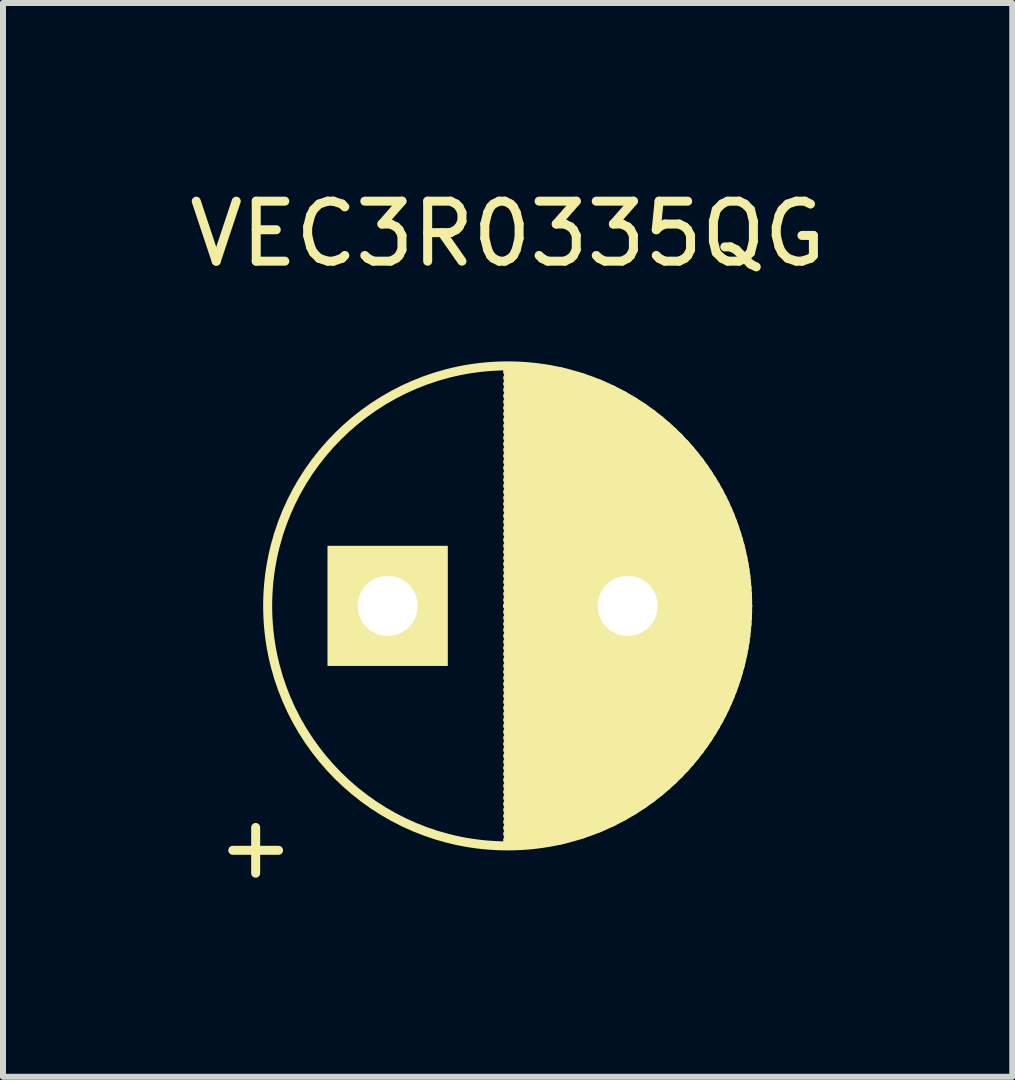
<source format=kicad_pcb>
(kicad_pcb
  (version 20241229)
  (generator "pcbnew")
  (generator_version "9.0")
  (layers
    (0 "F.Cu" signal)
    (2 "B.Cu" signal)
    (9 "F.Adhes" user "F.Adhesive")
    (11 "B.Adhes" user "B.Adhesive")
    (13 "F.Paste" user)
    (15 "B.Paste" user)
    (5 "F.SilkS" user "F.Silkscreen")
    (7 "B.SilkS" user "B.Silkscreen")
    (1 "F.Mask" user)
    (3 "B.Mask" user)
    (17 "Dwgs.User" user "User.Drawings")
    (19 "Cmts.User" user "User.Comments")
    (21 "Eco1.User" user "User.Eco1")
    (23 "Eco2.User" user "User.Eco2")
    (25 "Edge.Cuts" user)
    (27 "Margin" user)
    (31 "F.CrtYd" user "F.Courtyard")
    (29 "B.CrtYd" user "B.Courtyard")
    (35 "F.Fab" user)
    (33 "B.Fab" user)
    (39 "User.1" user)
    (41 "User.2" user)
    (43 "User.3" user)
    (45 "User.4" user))
  (footprint "VEC3R0335QG"
    (layer "F.Cu")
    (at 3.411 7.048)
    (property "Reference" "VEC3R0335QG" (at 2 -6.2 0) (layer "F.SilkS") (effects (font (size 1 1) (thickness 0.15))))
    (attr through_hole)
    (fp_line (start 2 -3.9) (end 2.889 -3.9) (stroke (width 0.15) (type solid)) (layer "F.SilkS"))
    (fp_line (start 2 -3.8) (end 3.249 -3.8) (stroke (width 0.15) (type solid)) (layer "F.SilkS"))
    (fp_line (start 2 -3.7) (end 3.52 -3.7) (stroke (width 0.15) (type solid)) (layer "F.SilkS"))
    (fp_line (start 2 -3.6) (end 3.744 -3.6) (stroke (width 0.15) (type solid)) (layer "F.SilkS"))
    (fp_line (start 2 -3.5) (end 3.936 -3.5) (stroke (width 0.15) (type solid)) (layer "F.SilkS"))
    (fp_line (start 2 -3.4) (end 4.107 -3.4) (stroke (width 0.15) (type solid)) (layer "F.SilkS"))
    (fp_line (start 2 -3.3) (end 4.261 -3.3) (stroke (width 0.15) (type solid)) (layer "F.SilkS"))
    (fp_line (start 2 -3.2) (end 4.4 -3.2) (stroke (width 0.15) (type solid)) (layer "F.SilkS"))
    (fp_line (start 2 -3.1) (end 4.528 -3.1) (stroke (width 0.15) (type solid)) (layer "F.SilkS"))
    (fp_line (start 2 -3) (end 4.646 -3) (stroke (width 0.15) (type solid)) (layer "F.SilkS"))
    (fp_line (start 2 -2.9) (end 4.755 -2.9) (stroke (width 0.15) (type solid)) (layer "F.SilkS"))
    (fp_line (start 2 -2.8) (end 4.857 -2.8) (stroke (width 0.15) (type solid)) (layer "F.SilkS"))
    (fp_line (start 2 -2.7) (end 4.951 -2.7) (stroke (width 0.15) (type solid)) (layer "F.SilkS"))
    (fp_line (start 2 -2.6) (end 5.04 -2.6) (stroke (width 0.15) (type solid)) (layer "F.SilkS"))
    (fp_line (start 2 -2.5) (end 5.122 -2.5) (stroke (width 0.15) (type solid)) (layer "F.SilkS"))
    (fp_line (start 2 -2.4) (end 5.2 -2.4) (stroke (width 0.15) (type solid)) (layer "F.SilkS"))
    (fp_line (start 2 -2.3) (end 5.273 -2.3) (stroke (width 0.15) (type solid)) (layer "F.SilkS"))
    (fp_line (start 2 -2.2) (end 5.341 -2.2) (stroke (width 0.15) (type solid)) (layer "F.SilkS"))
    (fp_line (start 2 -2.1) (end 5.404 -2.1) (stroke (width 0.15) (type solid)) (layer "F.SilkS"))
    (fp_line (start 2 -2) (end 5.464 -2) (stroke (width 0.15) (type solid)) (layer "F.SilkS"))
    (fp_line (start 2 -1.9) (end 5.52 -1.9) (stroke (width 0.15) (type solid)) (layer "F.SilkS"))
    (fp_line (start 2 -1.8) (end 5.572 -1.8) (stroke (width 0.15) (type solid)) (layer "F.SilkS"))
    (fp_line (start 2 -1.7) (end 5.621 -1.7) (stroke (width 0.15) (type solid)) (layer "F.SilkS"))
    (fp_line (start 2 -1.6) (end 5.666 -1.6) (stroke (width 0.15) (type solid)) (layer "F.SilkS"))
    (fp_line (start 2 -1.5) (end 5.708 -1.5) (stroke (width 0.15) (type solid)) (layer "F.SilkS"))
    (fp_line (start 2 -1.4) (end 5.747 -1.4) (stroke (width 0.15) (type solid)) (layer "F.SilkS"))
    (fp_line (start 2 -1.3) (end 5.783 -1.3) (stroke (width 0.15) (type solid)) (layer "F.SilkS"))
    (fp_line (start 2 -1.2) (end 5.816 -1.2) (stroke (width 0.15) (type solid)) (layer "F.SilkS"))
    (fp_line (start 2 -1.1) (end 5.846 -1.1) (stroke (width 0.15) (type solid)) (layer "F.SilkS"))
    (fp_line (start 2 -1) (end 5.873 -1) (stroke (width 0.15) (type solid)) (layer "F.SilkS"))
    (fp_line (start 2 -0.9) (end 5.897 -0.9) (stroke (width 0.15) (type solid)) (layer "F.SilkS"))
    (fp_line (start 2 -0.8) (end 5.919 -0.8) (stroke (width 0.15) (type solid)) (layer "F.SilkS"))
    (fp_line (start 2 -0.7) (end 5.938 -0.7) (stroke (width 0.15) (type solid)) (layer "F.SilkS"))
    (fp_line (start 2 -0.6) (end 5.955 -0.6) (stroke (width 0.15) (type solid)) (layer "F.SilkS"))
    (fp_line (start 2 -0.5) (end 5.969 -0.5) (stroke (width 0.15) (type solid)) (layer "F.SilkS"))
    (fp_line (start 2 -0.4) (end 5.98 -0.4) (stroke (width 0.15) (type solid)) (layer "F.SilkS"))
    (fp_line (start 2 -0.3) (end 5.989 -0.3) (stroke (width 0.15) (type solid)) (layer "F.SilkS"))
    (fp_line (start 2 -0.2) (end 5.995 -0.2) (stroke (width 0.15) (type solid)) (layer "F.SilkS"))
    (fp_line (start 2 -0.1) (end 5.999 -0.1) (stroke (width 0.15) (type solid)) (layer "F.SilkS"))
    (fp_line (start 2 0) (end 6 0) (stroke (width 0.15) (type solid)) (layer "F.SilkS"))
    (fp_line (start 2 0) (end 6 0) (stroke (width 0.15) (type solid)) (layer "F.SilkS"))
    (fp_line (start 2 0.1) (end 5.999 0.1) (stroke (width 0.15) (type solid)) (layer "F.SilkS"))
    (fp_line (start 2 0.2) (end 5.995 0.2) (stroke (width 0.15) (type solid)) (layer "F.SilkS"))
    (fp_line (start 2 0.3) (end 5.989 0.3) (stroke (width 0.15) (type solid)) (layer "F.SilkS"))
    (fp_line (start 2 0.4) (end 5.98 0.4) (stroke (width 0.15) (type solid)) (layer "F.SilkS"))
    (fp_line (start 2 0.5) (end 5.969 0.5) (stroke (width 0.15) (type solid)) (layer "F.SilkS"))
    (fp_line (start 2 0.6) (end 5.955 0.6) (stroke (width 0.15) (type solid)) (layer "F.SilkS"))
    (fp_line (start 2 0.7) (end 5.938 0.7) (stroke (width 0.15) (type solid)) (layer "F.SilkS"))
    (fp_line (start 2 0.8) (end 5.919 0.8) (stroke (width 0.15) (type solid)) (layer "F.SilkS"))
    (fp_line (start 2 0.9) (end 5.897 0.9) (stroke (width 0.15) (type solid)) (layer "F.SilkS"))
    (fp_line (start 2 1) (end 5.873 1) (stroke (width 0.15) (type solid)) (layer "F.SilkS"))
    (fp_line (start 2 1.1) (end 5.846 1.1) (stroke (width 0.15) (type solid)) (layer "F.SilkS"))
    (fp_line (start 2 1.2) (end 5.816 1.2) (stroke (width 0.15) (type solid)) (layer "F.SilkS"))
    (fp_line (start 2 1.3) (end 5.783 1.3) (stroke (width 0.15) (type solid)) (layer "F.SilkS"))
    (fp_line (start 2 1.4) (end 5.747 1.4) (stroke (width 0.15) (type solid)) (layer "F.SilkS"))
    (fp_line (start 2 1.5) (end 5.708 1.5) (stroke (width 0.15) (type solid)) (layer "F.SilkS"))
    (fp_line (start 2 1.6) (end 5.666 1.6) (stroke (width 0.15) (type solid)) (layer "F.SilkS"))
    (fp_line (start 2 1.7) (end 5.621 1.7) (stroke (width 0.15) (type solid)) (layer "F.SilkS"))
    (fp_line (start 2 1.8) (end 5.572 1.8) (stroke (width 0.15) (type solid)) (layer "F.SilkS"))
    (fp_line (start 2 1.9) (end 5.52 1.9) (stroke (width 0.15) (type solid)) (layer "F.SilkS"))
    (fp_line (start 2 2) (end 5.464 2) (stroke (width 0.15) (type solid)) (layer "F.SilkS"))
    (fp_line (start 2 2.1) (end 5.404 2.1) (stroke (width 0.15) (type solid)) (layer "F.SilkS"))
    (fp_line (start 2 2.2) (end 5.341 2.2) (stroke (width 0.15) (type solid)) (layer "F.SilkS"))
    (fp_line (start 2 2.3) (end 5.273 2.3) (stroke (width 0.15) (type solid)) (layer "F.SilkS"))
    (fp_line (start 2 2.4) (end 5.2 2.4) (stroke (width 0.15) (type solid)) (layer "F.SilkS"))
    (fp_line (start 2 2.5) (end 5.122 2.5) (stroke (width 0.15) (type solid)) (layer "F.SilkS"))
    (fp_line (start 2 2.6) (end 5.04 2.6) (stroke (width 0.15) (type solid)) (layer "F.SilkS"))
    (fp_line (start 2 2.7) (end 4.951 2.7) (stroke (width 0.15) (type solid)) (layer "F.SilkS"))
    (fp_line (start 2 2.8) (end 4.857 2.8) (stroke (width 0.15) (type solid)) (layer "F.SilkS"))
    (fp_line (start 2 2.9) (end 4.755 2.9) (stroke (width 0.15) (type solid)) (layer "F.SilkS"))
    (fp_line (start 2 3) (end 4.646 3) (stroke (width 0.15) (type solid)) (layer "F.SilkS"))
    (fp_line (start 2 3.1) (end 4.528 3.1) (stroke (width 0.15) (type solid)) (layer "F.SilkS"))
    (fp_line (start 2 3.2) (end 4.4 3.2) (stroke (width 0.15) (type solid)) (layer "F.SilkS"))
    (fp_line (start 2 3.3) (end 4.261 3.3) (stroke (width 0.15) (type solid)) (layer "F.SilkS"))
    (fp_line (start 2 3.4) (end 4.107 3.4) (stroke (width 0.15) (type solid)) (layer "F.SilkS"))
    (fp_line (start 2 3.5) (end 3.936 3.5) (stroke (width 0.15) (type solid)) (layer "F.SilkS"))
    (fp_line (start 2 3.6) (end 3.744 3.6) (stroke (width 0.15) (type solid)) (layer "F.SilkS"))
    (fp_line (start 2 3.7) (end 3.52 3.7) (stroke (width 0.15) (type solid)) (layer "F.SilkS"))
    (fp_line (start 2 3.8) (end 3.249 3.8) (stroke (width 0.15) (type solid)) (layer "F.SilkS"))
    (fp_line (start 2 3.9) (end 2.889 3.9) (stroke (width 0.15) (type solid)) (layer "F.SilkS"))
    (fp_circle (center 2 0) (end 2 -4) (stroke (width 0.15) (type solid)) (fill no) (layer "F.SilkS"))
    (fp_text user "+" (at -2.2 4 0) (layer "F.SilkS") (effects (font (size 1 1) (thickness 0.15))))
    (pad "1" thru_hole rect (at 0 0) (size 2 2) (drill 1) (layers "*.Cu" "*.Mask" "F.SilkS"))
    (pad "2" thru_hole circle (at 4 0) (size 2 2) (drill 1) (layers "*.Cu" "*.Mask" "F.SilkS")))
  (gr_rect
    (start -3 -3)
    (end 13.821 14.896)
    (stroke (width 0.1) (type default))
    (fill no)
    (layer "Edge.Cuts")))
</source>
